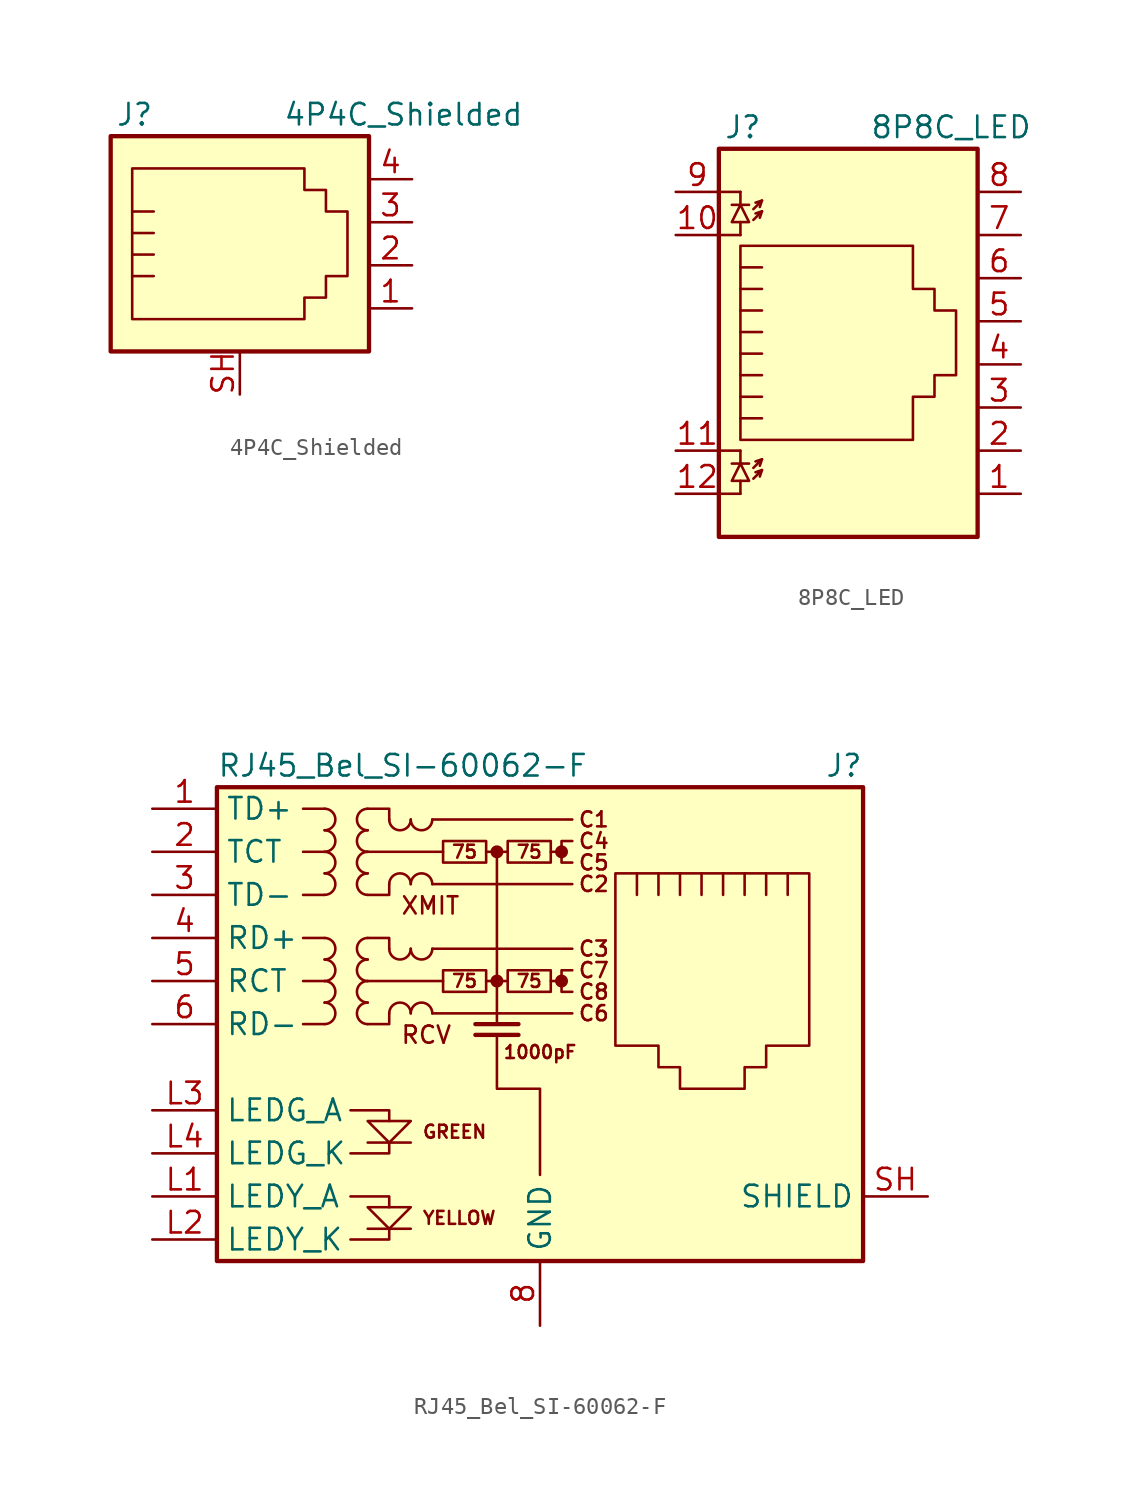
<source format=kicad_sym>
(kicad_symbol_lib
  (version 20200908)
  (generator kicad_symbol_editor)
  (symbol "Connector:4P4C_Shielded"
    (pin_names
      (offset 1.016))
    (property "Reference" "J"
      (at -5.08 8.89 0)
      (effects (font (size 1.27 1.27)) (justify right)))
    (property "Value" "4P4C_Shielded"
      (at 2.54 8.89 0)
      (effects (font (size 1.27 1.27)) (justify left)))
    (symbol "4P4C_Shielded_0_1"
      (rectangle (start 7.62 7.62) (end -7.62 -5.08) (stroke (width 0.254)) (fill (type background)))
      (polyline (pts (xy -6.35 -0.635) (xy -5.08 -0.635) (xy -5.08 -0.635)) (stroke (width 0)) (fill (type none)))
      (polyline (pts (xy -6.35 0.635) (xy -5.08 0.635) (xy -5.08 0.635)) (stroke (width 0)) (fill (type none)))
      (polyline (pts (xy -6.35 1.905) (xy -5.08 1.905) (xy -5.08 1.905)) (stroke (width 0)) (fill (type none)))
      (polyline (pts (xy -6.35 3.175) (xy -5.08 3.175) (xy -5.08 3.175)) (stroke (width 0)) (fill (type none)))
      (polyline (pts (xy -6.35 -3.175) (xy -6.35 5.715) (xy -1.27 5.715) (xy 3.81 5.715) (xy 3.81 4.445) (xy 5.08 4.445) (xy 5.08 3.175) (xy 6.35 3.175) (xy 6.35 -0.635) (xy 5.08 -0.635) (xy 5.08 -1.905) (xy 3.81 -1.905) (xy 3.81 -3.175) (xy -6.35 -3.175) (xy -6.35 -3.175)) (stroke (width 0)) (fill (type none))))
    (symbol "4P4C_Shielded_1_1"
      (pin passive line (at 10.16 -2.54 180) (length 2.54) (name "~" (effects (font (size 1.27 1.27)))) (number "1" (effects (font (size 1.27 1.27)))))
      (pin passive line (at 10.16 0 180) (length 2.54) (name "~" (effects (font (size 1.27 1.27)))) (number "2" (effects (font (size 1.27 1.27)))))
      (pin passive line (at 10.16 2.54 180) (length 2.54) (name "~" (effects (font (size 1.27 1.27)))) (number "3" (effects (font (size 1.27 1.27)))))
      (pin passive line (at 10.16 5.08 180) (length 2.54) (name "~" (effects (font (size 1.27 1.27)))) (number "4" (effects (font (size 1.27 1.27)))))
      (pin passive line (at 0 -7.62 90) (length 2.54) (name "~" (effects (font (size 1.27 1.27)))) (number "SH" (effects (font (size 1.27 1.27)))))))
  (symbol "Connector:8P8C_LED"
    (pin_names
      (offset 1.016))
    (property "Reference" "J"
      (at -5.08 13.97 0)
      (effects (font (size 1.27 1.27)) (justify right)))
    (property "Value" "8P8C_LED"
      (at 1.27 13.97 0)
      (effects (font (size 1.27 1.27)) (justify left)))
    (symbol "8P8C_LED_0_1"
      (rectangle (start 7.62 12.7) (end -7.62 -10.16) (stroke (width 0.254)) (fill (type background)))
      (polyline (pts (xy -7.62 -7.62) (xy -6.35 -7.62)) (stroke (width 0)) (fill (type none)))
      (polyline (pts (xy -7.62 -5.08) (xy -6.35 -5.08)) (stroke (width 0)) (fill (type none)))
      (polyline (pts (xy -7.62 7.62) (xy -6.35 7.62)) (stroke (width 0)) (fill (type none)))
      (polyline (pts (xy -7.62 10.16) (xy -6.35 10.16)) (stroke (width 0)) (fill (type none)))
      (polyline (pts (xy -6.858 -5.842) (xy -5.842 -5.842)) (stroke (width 0)) (fill (type none)))
      (polyline (pts (xy -6.858 9.398) (xy -5.842 9.398)) (stroke (width 0)) (fill (type none)))
      (polyline (pts (xy -6.35 -7.62) (xy -6.35 -6.858)) (stroke (width 0)) (fill (type none)))
      (polyline (pts (xy -6.35 -5.08) (xy -6.35 -5.842)) (stroke (width 0)) (fill (type none)))
      (polyline (pts (xy -6.35 7.62) (xy -6.35 8.382)) (stroke (width 0)) (fill (type none)))
      (polyline (pts (xy -6.35 10.16) (xy -6.35 9.398)) (stroke (width 0)) (fill (type none)))
      (polyline (pts (xy -5.08 -6.223) (xy -5.207 -6.604)) (stroke (width 0)) (fill (type none)))
      (polyline (pts (xy -5.08 -5.588) (xy -5.207 -5.969)) (stroke (width 0)) (fill (type none)))
      (polyline (pts (xy -5.08 4.445) (xy -6.35 4.445)) (stroke (width 0)) (fill (type none)))
      (polyline (pts (xy -5.08 5.715) (xy -6.35 5.715)) (stroke (width 0)) (fill (type none)))
      (polyline (pts (xy -5.08 9.017) (xy -5.207 8.636)) (stroke (width 0)) (fill (type none)))
      (polyline (pts (xy -5.08 9.652) (xy -5.207 9.271)) (stroke (width 0)) (fill (type none)))
      (polyline (pts (xy -6.35 -3.175) (xy -5.08 -3.175) (xy -5.08 -3.175)) (stroke (width 0)) (fill (type none)))
      (polyline (pts (xy -6.35 -1.905) (xy -5.08 -1.905) (xy -5.08 -1.905)) (stroke (width 0)) (fill (type none)))
      (polyline (pts (xy -6.35 -0.635) (xy -5.08 -0.635) (xy -5.08 -0.635)) (stroke (width 0)) (fill (type none)))
      (polyline (pts (xy -6.35 0.635) (xy -5.08 0.635) (xy -5.08 0.635)) (stroke (width 0)) (fill (type none)))
      (polyline (pts (xy -6.35 1.905) (xy -5.08 1.905) (xy -5.08 1.905)) (stroke (width 0)) (fill (type none)))
      (polyline (pts (xy -5.588 -6.731) (xy -5.08 -6.223) (xy -5.461 -6.35)) (stroke (width 0)) (fill (type none)))
      (polyline (pts (xy -5.588 -6.096) (xy -5.08 -5.588) (xy -5.461 -5.715)) (stroke (width 0)) (fill (type none)))
      (polyline (pts (xy -5.588 8.509) (xy -5.08 9.017) (xy -5.461 8.89)) (stroke (width 0)) (fill (type none)))
      (polyline (pts (xy -5.588 9.144) (xy -5.08 9.652) (xy -5.461 9.525)) (stroke (width 0)) (fill (type none)))
      (polyline (pts (xy -5.08 3.175) (xy -6.35 3.175) (xy -6.35 3.175)) (stroke (width 0)) (fill (type none)))
      (polyline (pts (xy -6.35 -5.842) (xy -6.858 -6.858) (xy -5.842 -6.858) (xy -6.35 -5.842)) (stroke (width 0)) (fill (type none)))
      (polyline (pts (xy -6.35 9.398) (xy -6.858 8.382) (xy -5.842 8.382) (xy -6.35 9.398)) (stroke (width 0)) (fill (type none)))
      (polyline (pts (xy -6.35 -4.445) (xy -6.35 6.985) (xy 3.81 6.985) (xy 3.81 4.445) (xy 5.08 4.445) (xy 5.08 3.175) (xy 6.35 3.175) (xy 6.35 -0.635) (xy 5.08 -0.635) (xy 5.08 -1.905) (xy 3.81 -1.905) (xy 3.81 -4.445) (xy -6.35 -4.445) (xy -6.35 -4.445)) (stroke (width 0)) (fill (type none))))
    (symbol "8P8C_LED_1_1"
      (pin passive line (at 10.16 -7.62 180) (length 2.54) (name "~" (effects (font (size 1.27 1.27)))) (number "1" (effects (font (size 1.27 1.27)))))
      (pin passive line (at -10.16 7.62 0) (length 2.54) (name "~" (effects (font (size 1.27 1.27)))) (number "10" (effects (font (size 1.27 1.27)))))
      (pin passive line (at -10.16 -5.08 0) (length 2.54) (name "~" (effects (font (size 1.27 1.27)))) (number "11" (effects (font (size 1.27 1.27)))))
      (pin passive line (at -10.16 -7.62 0) (length 2.54) (name "~" (effects (font (size 1.27 1.27)))) (number "12" (effects (font (size 1.27 1.27)))))
      (pin passive line (at 10.16 -5.08 180) (length 2.54) (name "~" (effects (font (size 1.27 1.27)))) (number "2" (effects (font (size 1.27 1.27)))))
      (pin passive line (at 10.16 -2.54 180) (length 2.54) (name "~" (effects (font (size 1.27 1.27)))) (number "3" (effects (font (size 1.27 1.27)))))
      (pin passive line (at 10.16 0 180) (length 2.54) (name "~" (effects (font (size 1.27 1.27)))) (number "4" (effects (font (size 1.27 1.27)))))
      (pin passive line (at 10.16 2.54 180) (length 2.54) (name "~" (effects (font (size 1.27 1.27)))) (number "5" (effects (font (size 1.27 1.27)))))
      (pin passive line (at 10.16 5.08 180) (length 2.54) (name "~" (effects (font (size 1.27 1.27)))) (number "6" (effects (font (size 1.27 1.27)))))
      (pin passive line (at 10.16 7.62 180) (length 2.54) (name "~" (effects (font (size 1.27 1.27)))) (number "7" (effects (font (size 1.27 1.27)))))
      (pin passive line (at 10.16 10.16 180) (length 2.54) (name "~" (effects (font (size 1.27 1.27)))) (number "8" (effects (font (size 1.27 1.27)))))
      (pin passive line (at -10.16 10.16 0) (length 2.54) (name "~" (effects (font (size 1.27 1.27)))) (number "9" (effects (font (size 1.27 1.27)))))))
  (symbol "Connector:RJ45_Bel_SI-60062-F"
    (property "Reference" "J"
      (at 19.05 15.24 0)
      (effects (font (size 1.27 1.27)) (justify right)))
    (property "Value" "RJ45_Bel_SI-60062-F"
      (at -19.05 15.24 0)
      (effects (font (size 1.27 1.27)) (justify left)))
    (symbol "RJ45_Bel_SI-60062-F_0_1"
      (arc (start -12.7 0) (end -12.7 1.27) (radius (at -12.7 0.635) (length 0.635) (angles -89.9 89.9)) (stroke (width 0)) (fill (type none)))
      (arc (start -12.7 1.27) (end -12.7 2.54) (radius (at -12.7 1.905) (length 0.635) (angles -89.9 89.9)) (stroke (width 0)) (fill (type none)))
      (arc (start -12.7 2.54) (end -12.7 3.81) (radius (at -12.7 3.175) (length 0.635) (angles -89.9 89.9)) (stroke (width 0)) (fill (type none)))
      (arc (start -12.7 3.81) (end -12.7 5.08) (radius (at -12.7 4.445) (length 0.635) (angles -89.9 89.9)) (stroke (width 0)) (fill (type none)))
      (arc (start -12.7 7.62) (end -12.7 8.89) (radius (at -12.7 8.255) (length 0.635) (angles -89.9 89.9)) (stroke (width 0)) (fill (type none)))
      (arc (start -12.7 8.89) (end -12.7 10.16) (radius (at -12.7 9.525) (length 0.635) (angles -89.9 89.9)) (stroke (width 0)) (fill (type none)))
      (arc (start -12.7 10.16) (end -12.7 11.43) (radius (at -12.7 10.795) (length 0.635) (angles -89.9 89.9)) (stroke (width 0)) (fill (type none)))
      (arc (start -12.7 11.43) (end -12.7 12.7) (radius (at -12.7 12.065) (length 0.635) (angles -89.9 89.9)) (stroke (width 0)) (fill (type none)))
      (arc (start -10.16 1.27) (end -10.16 0) (radius (at -10.16 0.635) (length 0.635) (angles 90.1 -90.1)) (stroke (width 0)) (fill (type none)))
      (arc (start -10.16 2.54) (end -10.16 1.27) (radius (at -10.16 1.905) (length 0.635) (angles 90.1 -90.1)) (stroke (width 0)) (fill (type none)))
      (arc (start -10.16 3.81) (end -10.16 2.54) (radius (at -10.16 3.175) (length 0.635) (angles 90.1 -90.1)) (stroke (width 0)) (fill (type none)))
      (arc (start -10.16 5.08) (end -10.16 3.81) (radius (at -10.16 4.445) (length 0.635) (angles 90.1 -90.1)) (stroke (width 0)) (fill (type none)))
      (arc (start -10.16 8.89) (end -10.16 7.62) (radius (at -10.16 8.255) (length 0.635) (angles 90.1 -90.1)) (stroke (width 0)) (fill (type none)))
      (arc (start -10.16 10.16) (end -10.16 8.89) (radius (at -10.16 9.525) (length 0.635) (angles 90.1 -90.1)) (stroke (width 0)) (fill (type none)))
      (arc (start -10.16 11.43) (end -10.16 10.16) (radius (at -10.16 10.795) (length 0.635) (angles 90.1 -90.1)) (stroke (width 0)) (fill (type none)))
      (arc (start -10.16 12.7) (end -10.16 11.43) (radius (at -10.16 12.065) (length 0.635) (angles 90.1 -90.1)) (stroke (width 0)) (fill (type none)))
      (arc (start -7.62 0.635) (end -8.89 0.635) (radius (at -8.255 0.635) (length 0.635) (angles 0.1 179.9)) (stroke (width 0)) (fill (type none)))
      (arc (start -8.89 4.445) (end -7.62 4.445) (radius (at -8.255 4.445) (length 0.635) (angles -179.9 -0.1)) (stroke (width 0)) (fill (type none)))
      (arc (start -7.62 8.255) (end -8.89 8.255) (radius (at -8.255 8.255) (length 0.635) (angles 0.1 179.9)) (stroke (width 0)) (fill (type none)))
      (arc (start -8.89 12.065) (end -7.62 12.065) (radius (at -8.255 12.065) (length 0.635) (angles -179.9 -0.1)) (stroke (width 0)) (fill (type none)))
      (arc (start -6.35 0.635) (end -7.62 0.635) (radius (at -6.985 0.635) (length 0.635) (angles 0.1 179.9)) (stroke (width 0)) (fill (type none)))
      (arc (start -7.62 4.445) (end -6.35 4.445) (radius (at -6.985 4.445) (length 0.635) (angles -179.9 -0.1)) (stroke (width 0)) (fill (type none)))
      (arc (start -6.35 8.255) (end -7.62 8.255) (radius (at -6.985 8.255) (length 0.635) (angles 0.1 179.9)) (stroke (width 0)) (fill (type none)))
      (arc (start -7.62 12.065) (end -6.35 12.065) (radius (at -6.985 12.065) (length 0.635) (angles -179.9 -0.1)) (stroke (width 0)) (fill (type none)))
      (rectangle (start -19.05 -13.97) (end 19.05 13.97) (stroke (width 0.254)) (fill (type background)))
      (rectangle (start -5.715 3.175) (end -3.175 1.905) (stroke (width 0)) (fill (type none)))
      (rectangle (start -5.715 10.795) (end -3.175 9.525) (stroke (width 0)) (fill (type none)))
      (rectangle (start -1.905 3.175) (end 0.635 1.905) (stroke (width 0)) (fill (type none)))
      (rectangle (start -1.905 10.795) (end 0.635 9.525) (stroke (width 0)) (fill (type none)))
      (polyline (pts (xy -12.7 0) (xy -13.97 0)) (stroke (width 0)) (fill (type none)))
      (polyline (pts (xy -12.7 2.54) (xy -13.97 2.54)) (stroke (width 0)) (fill (type none)))
      (polyline (pts (xy -12.7 5.08) (xy -13.97 5.08)) (stroke (width 0)) (fill (type none)))
      (polyline (pts (xy -12.7 7.62) (xy -13.97 7.62)) (stroke (width 0)) (fill (type none)))
      (polyline (pts (xy -12.7 10.16) (xy -13.97 10.16)) (stroke (width 0)) (fill (type none)))
      (polyline (pts (xy -12.7 12.7) (xy -13.97 12.7)) (stroke (width 0)) (fill (type none)))
      (polyline (pts (xy -6.35 0.635) (xy 1.905 0.635)) (stroke (width 0)) (fill (type none)))
      (polyline (pts (xy -6.35 4.445) (xy 1.905 4.445)) (stroke (width 0)) (fill (type none)))
      (polyline (pts (xy -6.35 8.255) (xy 1.905 8.255)) (stroke (width 0)) (fill (type none)))
      (polyline (pts (xy -6.35 12.065) (xy 1.905 12.065)) (stroke (width 0)) (fill (type none)))
      (polyline (pts (xy -5.715 2.54) (xy -10.16 2.54)) (stroke (width 0)) (fill (type none)))
      (polyline (pts (xy -5.715 10.16) (xy -10.16 10.16)) (stroke (width 0)) (fill (type none)))
      (polyline (pts (xy -3.175 2.54) (xy -1.905 2.54)) (stroke (width 0)) (fill (type none)))
      (polyline (pts (xy -3.175 10.16) (xy -1.905 10.16)) (stroke (width 0)) (fill (type none)))
      (polyline (pts (xy 5.715 7.62) (xy 5.715 8.89)) (stroke (width 0)) (fill (type none)))
      (polyline (pts (xy 6.985 8.89) (xy 6.985 7.62)) (stroke (width 0)) (fill (type none)))
      (polyline (pts (xy 8.255 8.89) (xy 8.255 7.62)) (stroke (width 0)) (fill (type none)))
      (polyline (pts (xy 9.525 8.89) (xy 9.525 7.62)) (stroke (width 0)) (fill (type none)))
      (polyline (pts (xy 10.795 8.89) (xy 10.795 7.62)) (stroke (width 0)) (fill (type none)))
      (polyline (pts (xy 12.065 8.89) (xy 12.065 7.62)) (stroke (width 0)) (fill (type none)))
      (polyline (pts (xy 13.335 7.62) (xy 13.335 8.89)) (stroke (width 0)) (fill (type none)))
      (polyline (pts (xy 14.605 7.62) (xy 14.605 8.89)) (stroke (width 0)) (fill (type none)))
      (polyline (pts (xy -10.16 5.08) (xy -8.89 5.08) (xy -8.89 4.445)) (stroke (width 0)) (fill (type none)))
      (polyline (pts (xy -10.16 12.7) (xy -8.89 12.7) (xy -8.89 12.065)) (stroke (width 0)) (fill (type none)))
      (polyline (pts (xy -8.89 0.635) (xy -8.89 0) (xy -10.16 0)) (stroke (width 0)) (fill (type none)))
      (polyline (pts (xy -8.89 8.255) (xy -8.89 7.62) (xy -10.16 7.62)) (stroke (width 0)) (fill (type none)))
      (polyline (pts (xy 4.445 8.89) (xy 15.875 8.89) (xy 15.875 -1.27) (xy 13.335 -1.27) (xy 13.335 -2.54) (xy 12.065 -2.54) (xy 12.065 -3.81) (xy 8.255 -3.81) (xy 8.255 -2.54) (xy 6.985 -2.54) (xy 6.985 -1.27) (xy 4.445 -1.27) (xy 4.445 8.89)) (stroke (width 0)) (fill (type none))))
    (symbol "RJ45_Bel_SI-60062-F_0_0"
      (circle (center -2.54 2.54) (radius 0.254) (stroke (width 0.254)) (fill (type outline)))
      (circle (center -2.54 10.16) (radius 0.254) (stroke (width 0.254)) (fill (type outline)))
      (circle (center 1.27 2.54) (radius 0.254) (stroke (width 0.254)) (fill (type outline)))
      (circle (center 1.27 10.16) (radius 0.254) (stroke (width 0.254)) (fill (type outline)))
      (text "1000pF" (at 0 -1.651 0) (effects (font (size 0.762 0.762))))
      (text "75" (at -4.445 2.54 0) (effects (font (size 0.762 0.762))))
      (text "75" (at -4.445 10.16 0) (effects (font (size 0.762 0.762))))
      (text "75" (at -0.635 2.54 0) (effects (font (size 0.762 0.762))))
      (text "75" (at -0.635 10.16 0) (effects (font (size 0.762 0.762))))
      (text "C1" (at 3.175 12.065 0) (effects (font (size 0.889 0.889))))
      (text "C2" (at 3.175 8.255 0) (effects (font (size 0.889 0.889))))
      (text "C3" (at 3.175 4.445 0) (effects (font (size 0.889 0.889))))
      (text "C4" (at 3.175 10.795 0) (effects (font (size 0.889 0.889))))
      (text "C5" (at 3.175 9.525 0) (effects (font (size 0.889 0.889))))
      (text "C6" (at 3.175 0.635 0) (effects (font (size 0.889 0.889))))
      (text "C7" (at 3.175 3.175 0) (effects (font (size 0.889 0.889))))
      (text "C8" (at 3.175 1.905 0) (effects (font (size 0.889 0.889))))
      (text "GREEN" (at -6.985 -6.35 0) (effects (font (size 0.762 0.762)) (justify left)))
      (text "RCV" (at -8.255 -0.635 0) (effects (font (size 1.016 1.016)) (justify left)))
      (text "XMIT" (at -8.255 6.985 0) (effects (font (size 1.016 1.016)) (justify left)))
      (text "YELLOW" (at -6.985 -11.43 0) (effects (font (size 0.762 0.762)) (justify left)))
      (polyline (pts (xy -7.62 -12.065) (xy -10.16 -12.065)) (stroke (width 0)) (fill (type none)))
      (polyline (pts (xy -7.62 -6.985) (xy -10.16 -6.985)) (stroke (width 0)) (fill (type none)))
      (polyline (pts (xy -2.54 10.16) (xy -2.54 0)) (stroke (width 0)) (fill (type none)))
      (polyline (pts (xy -1.27 -0.635) (xy -3.81 -0.635)) (stroke (width 0.254)) (fill (type none)))
      (polyline (pts (xy -1.27 0) (xy -3.81 0)) (stroke (width 0.254)) (fill (type none)))
      (polyline (pts (xy 1.27 2.54) (xy 0.635 2.54)) (stroke (width 0)) (fill (type none)))
      (polyline (pts (xy 1.27 10.16) (xy 0.635 10.16)) (stroke (width 0)) (fill (type none)))
      (polyline (pts (xy -11.176 -12.7) (xy -8.89 -12.7) (xy -8.89 -12.065)) (stroke (width 0)) (fill (type none)))
      (polyline (pts (xy -11.176 -10.16) (xy -8.89 -10.16) (xy -8.89 -10.795)) (stroke (width 0)) (fill (type none)))
      (polyline (pts (xy -11.176 -5.08) (xy -8.89 -5.08) (xy -8.89 -5.715)) (stroke (width 0)) (fill (type none)))
      (polyline (pts (xy -8.89 -6.985) (xy -8.89 -7.62) (xy -11.176 -7.62)) (stroke (width 0)) (fill (type none)))
      (polyline (pts (xy -10.16 -5.715) (xy -7.62 -5.715) (xy -8.89 -6.985) (xy -10.16 -5.715)) (stroke (width 0)) (fill (type none)))
      (polyline (pts (xy -7.62 -10.795) (xy -10.16 -10.795) (xy -8.89 -12.065) (xy -7.62 -10.795)) (stroke (width 0)) (fill (type none)))
      (polyline (pts (xy -2.54 -0.635) (xy -2.54 -3.81) (xy 0 -3.81) (xy 0 -8.89)) (stroke (width 0)) (fill (type none)))
      (polyline (pts (xy 1.905 3.175) (xy 1.27 3.175) (xy 1.27 1.905) (xy 1.905 1.905)) (stroke (width 0)) (fill (type none)))
      (polyline (pts (xy 1.905 10.795) (xy 1.27 10.795) (xy 1.27 9.525) (xy 1.905 9.525)) (stroke (width 0)) (fill (type none))))
    (symbol "RJ45_Bel_SI-60062-F_1_1"
      (pin passive line (at 22.86 -10.16 180) (length 3.81) (name "SHIELD" (effects (font (size 1.27 1.27)))) (number "SH" (effects (font (size 1.27 1.27)))))
      (pin passive line (at -22.86 -10.16 0) (length 3.81) (name "LEDY_A" (effects (font (size 1.27 1.27)))) (number "L1" (effects (font (size 1.27 1.27)))))
      (pin passive line (at -22.86 -12.7 0) (length 3.81) (name "LEDY_K" (effects (font (size 1.27 1.27)))) (number "L2" (effects (font (size 1.27 1.27)))))
      (pin passive line (at -22.86 -5.08 0) (length 3.81) (name "LEDG_A" (effects (font (size 1.27 1.27)))) (number "L3" (effects (font (size 1.27 1.27)))))
      (pin passive line (at -22.86 -7.62 0) (length 3.81) (name "LEDG_K" (effects (font (size 1.27 1.27)))) (number "L4" (effects (font (size 1.27 1.27)))))
      (pin passive line (at -22.86 12.7 0) (length 3.81) (name "TD+" (effects (font (size 1.27 1.27)))) (number "1" (effects (font (size 1.27 1.27)))))
      (pin passive line (at -22.86 10.16 0) (length 3.81) (name "TCT" (effects (font (size 1.27 1.27)))) (number "2" (effects (font (size 1.27 1.27)))))
      (pin passive line (at -22.86 7.62 0) (length 3.81) (name "TD-" (effects (font (size 1.27 1.27)))) (number "3" (effects (font (size 1.27 1.27)))))
      (pin passive line (at -22.86 5.08 0) (length 3.81) (name "RD+" (effects (font (size 1.27 1.27)))) (number "4" (effects (font (size 1.27 1.27)))))
      (pin passive line (at -22.86 2.54 0) (length 3.81) (name "RCT" (effects (font (size 1.27 1.27)))) (number "5" (effects (font (size 1.27 1.27)))))
      (pin passive line (at -22.86 0 0) (length 3.81) (name "RD-" (effects (font (size 1.27 1.27)))) (number "6" (effects (font (size 1.27 1.27)))))
      (pin unconnected line (at 5.08 -5.08 0) (length 0) hide (name "NC" (effects (font (size 1.27 1.27)))) (number "7" (effects (font (size 1.27 1.27)))))
      (pin power_in line (at 0 -17.78 90) (length 3.81) (name "GND" (effects (font (size 1.27 1.27)))) (number "8" (effects (font (size 1.27 1.27))))))))
</source>
